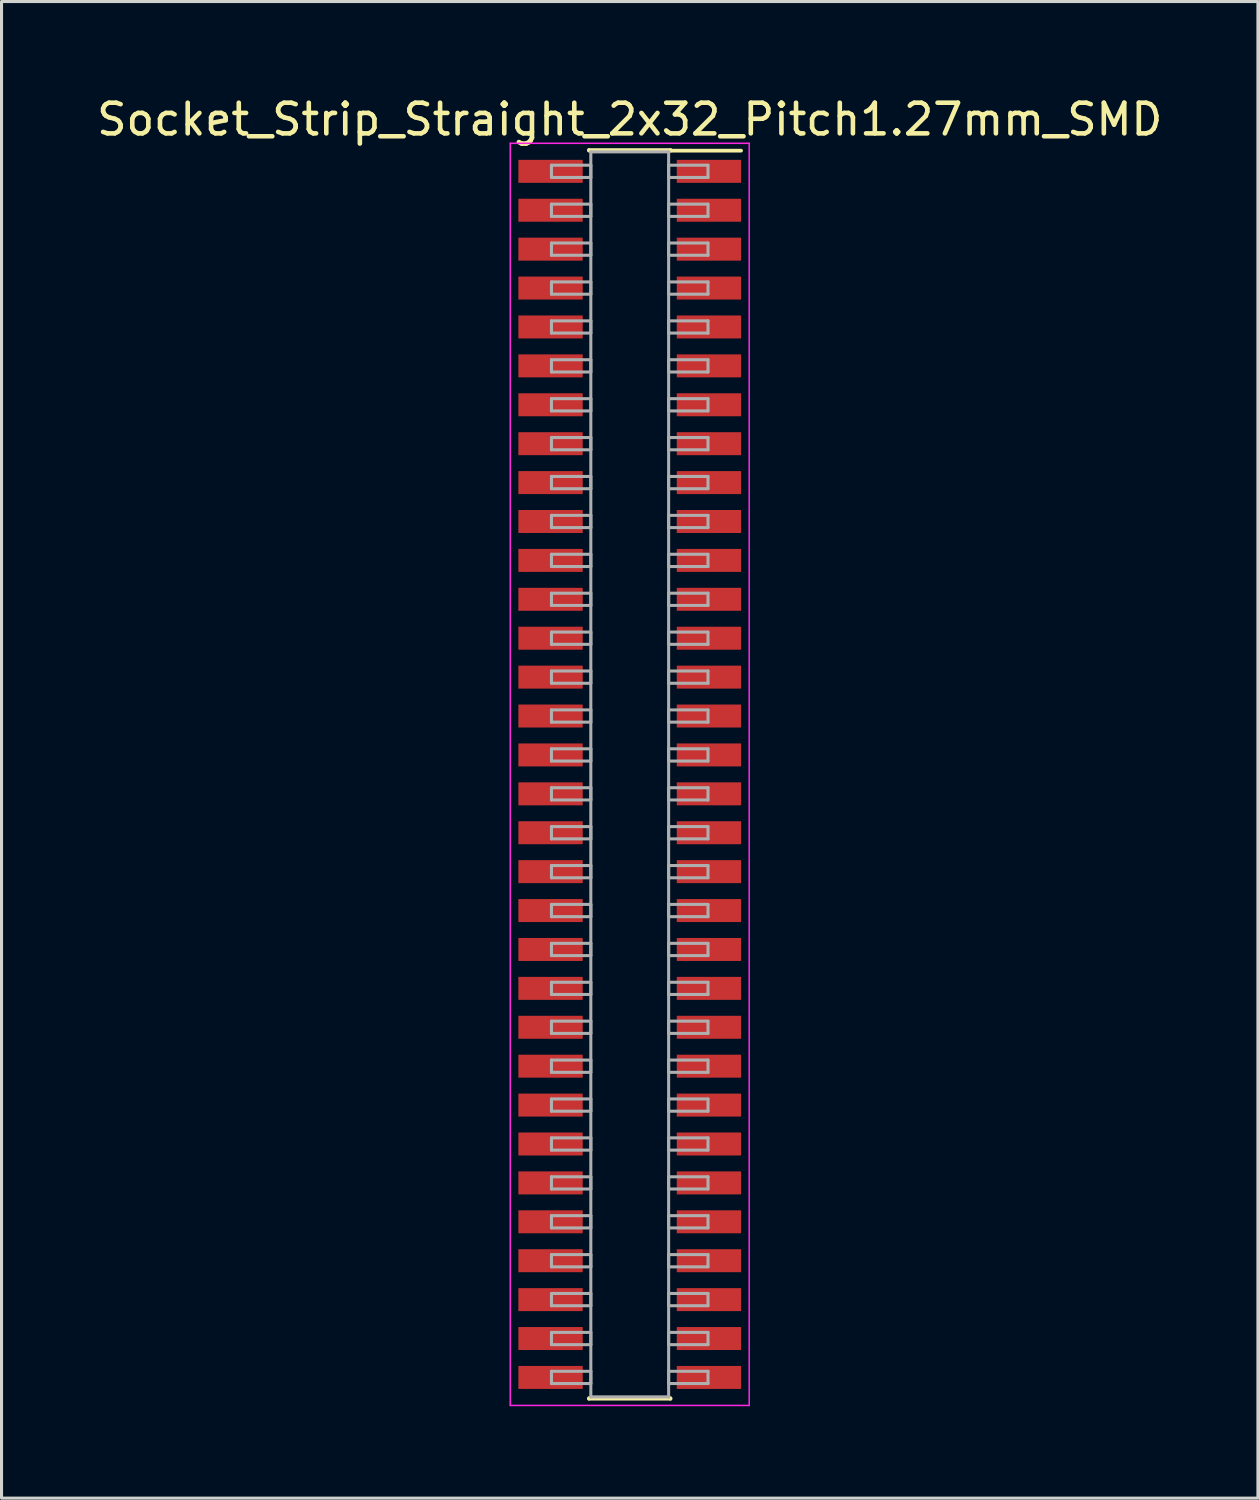
<source format=kicad_pcb>
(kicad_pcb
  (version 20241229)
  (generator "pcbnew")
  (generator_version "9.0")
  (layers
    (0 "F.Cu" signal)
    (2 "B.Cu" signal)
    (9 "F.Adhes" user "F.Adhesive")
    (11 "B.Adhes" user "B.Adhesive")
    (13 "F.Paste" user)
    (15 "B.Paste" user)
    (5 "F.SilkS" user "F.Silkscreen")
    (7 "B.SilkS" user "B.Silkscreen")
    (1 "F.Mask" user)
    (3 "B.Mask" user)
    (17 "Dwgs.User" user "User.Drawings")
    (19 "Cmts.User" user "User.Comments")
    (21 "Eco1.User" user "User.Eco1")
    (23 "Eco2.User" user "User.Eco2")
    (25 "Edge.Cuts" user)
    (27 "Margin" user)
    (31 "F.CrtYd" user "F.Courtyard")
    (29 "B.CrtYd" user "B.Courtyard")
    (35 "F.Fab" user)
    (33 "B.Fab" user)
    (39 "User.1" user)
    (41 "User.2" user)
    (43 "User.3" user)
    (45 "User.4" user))
  (footprint "Socket_Strip_Straight_2x32_Pitch1.27mm_SMD"
    (layer "F.Cu")
    (at 17.506 22.228)
    (property "Reference" "Socket_Strip_Straight_2x32_Pitch1.27mm_SMD" (at 0 -21.38 0) (layer "F.SilkS") (effects (font (size 1 1) (thickness 0.15))))
    (attr smd)
    (fp_line (start -1.33 -20.38) (end 1.33 -20.38) (stroke (width 0.12) (type solid)) (layer "F.SilkS"))
    (fp_line (start -1.33 -20.36) (end -1.33 -20.38) (stroke (width 0.12) (type solid)) (layer "F.SilkS"))
    (fp_line (start -1.33 20.36) (end -1.33 20.38) (stroke (width 0.12) (type solid)) (layer "F.SilkS"))
    (fp_line (start -1.33 20.38) (end 1.33 20.38) (stroke (width 0.12) (type solid)) (layer "F.SilkS"))
    (fp_line (start 1.33 -20.38) (end 1.33 -20.36) (stroke (width 0.12) (type solid)) (layer "F.SilkS"))
    (fp_line (start 1.33 20.38) (end 1.33 20.36) (stroke (width 0.12) (type solid)) (layer "F.SilkS"))
    (fp_line (start 3.635 -20.36) (end 1.33 -20.36) (stroke (width 0.12) (type solid)) (layer "F.SilkS"))
    (fp_line (start -3.9 -20.6) (end -3.9 20.6) (stroke (width 0.05) (type solid)) (layer "F.CrtYd"))
    (fp_line (start -3.9 20.6) (end 3.9 20.6) (stroke (width 0.05) (type solid)) (layer "F.CrtYd"))
    (fp_line (start 3.9 -20.6) (end -3.9 -20.6) (stroke (width 0.05) (type solid)) (layer "F.CrtYd"))
    (fp_line (start 3.9 20.6) (end 3.9 -20.6) (stroke (width 0.05) (type solid)) (layer "F.CrtYd"))
    (fp_line (start -2.555 -19.885) (end -1.27 -19.885) (stroke (width 0.1) (type solid)) (layer "F.Fab"))
    (fp_line (start -2.555 -19.485) (end -2.555 -19.885) (stroke (width 0.1) (type solid)) (layer "F.Fab"))
    (fp_line (start -2.555 -18.615) (end -1.27 -18.615) (stroke (width 0.1) (type solid)) (layer "F.Fab"))
    (fp_line (start -2.555 -18.215) (end -2.555 -18.615) (stroke (width 0.1) (type solid)) (layer "F.Fab"))
    (fp_line (start -2.555 -17.345) (end -1.27 -17.345) (stroke (width 0.1) (type solid)) (layer "F.Fab"))
    (fp_line (start -2.555 -16.945) (end -2.555 -17.345) (stroke (width 0.1) (type solid)) (layer "F.Fab"))
    (fp_line (start -2.555 -16.075) (end -1.27 -16.075) (stroke (width 0.1) (type solid)) (layer "F.Fab"))
    (fp_line (start -2.555 -15.675) (end -2.555 -16.075) (stroke (width 0.1) (type solid)) (layer "F.Fab"))
    (fp_line (start -2.555 -14.805) (end -1.27 -14.805) (stroke (width 0.1) (type solid)) (layer "F.Fab"))
    (fp_line (start -2.555 -14.405) (end -2.555 -14.805) (stroke (width 0.1) (type solid)) (layer "F.Fab"))
    (fp_line (start -2.555 -13.535) (end -1.27 -13.535) (stroke (width 0.1) (type solid)) (layer "F.Fab"))
    (fp_line (start -2.555 -13.135) (end -2.555 -13.535) (stroke (width 0.1) (type solid)) (layer "F.Fab"))
    (fp_line (start -2.555 -12.265) (end -1.27 -12.265) (stroke (width 0.1) (type solid)) (layer "F.Fab"))
    (fp_line (start -2.555 -11.865) (end -2.555 -12.265) (stroke (width 0.1) (type solid)) (layer "F.Fab"))
    (fp_line (start -2.555 -10.995) (end -1.27 -10.995) (stroke (width 0.1) (type solid)) (layer "F.Fab"))
    (fp_line (start -2.555 -10.595) (end -2.555 -10.995) (stroke (width 0.1) (type solid)) (layer "F.Fab"))
    (fp_line (start -2.555 -9.725) (end -1.27 -9.725) (stroke (width 0.1) (type solid)) (layer "F.Fab"))
    (fp_line (start -2.555 -9.325) (end -2.555 -9.725) (stroke (width 0.1) (type solid)) (layer "F.Fab"))
    (fp_line (start -2.555 -8.455) (end -1.27 -8.455) (stroke (width 0.1) (type solid)) (layer "F.Fab"))
    (fp_line (start -2.555 -8.055) (end -2.555 -8.455) (stroke (width 0.1) (type solid)) (layer "F.Fab"))
    (fp_line (start -2.555 -7.185) (end -1.27 -7.185) (stroke (width 0.1) (type solid)) (layer "F.Fab"))
    (fp_line (start -2.555 -6.785) (end -2.555 -7.185) (stroke (width 0.1) (type solid)) (layer "F.Fab"))
    (fp_line (start -2.555 -5.915) (end -1.27 -5.915) (stroke (width 0.1) (type solid)) (layer "F.Fab"))
    (fp_line (start -2.555 -5.515) (end -2.555 -5.915) (stroke (width 0.1) (type solid)) (layer "F.Fab"))
    (fp_line (start -2.555 -4.645) (end -1.27 -4.645) (stroke (width 0.1) (type solid)) (layer "F.Fab"))
    (fp_line (start -2.555 -4.245) (end -2.555 -4.645) (stroke (width 0.1) (type solid)) (layer "F.Fab"))
    (fp_line (start -2.555 -3.375) (end -1.27 -3.375) (stroke (width 0.1) (type solid)) (layer "F.Fab"))
    (fp_line (start -2.555 -2.975) (end -2.555 -3.375) (stroke (width 0.1) (type solid)) (layer "F.Fab"))
    (fp_line (start -2.555 -2.105) (end -1.27 -2.105) (stroke (width 0.1) (type solid)) (layer "F.Fab"))
    (fp_line (start -2.555 -1.705) (end -2.555 -2.105) (stroke (width 0.1) (type solid)) (layer "F.Fab"))
    (fp_line (start -2.555 -0.835) (end -1.27 -0.835) (stroke (width 0.1) (type solid)) (layer "F.Fab"))
    (fp_line (start -2.555 -0.435) (end -2.555 -0.835) (stroke (width 0.1) (type solid)) (layer "F.Fab"))
    (fp_line (start -2.555 0.435) (end -1.27 0.435) (stroke (width 0.1) (type solid)) (layer "F.Fab"))
    (fp_line (start -2.555 0.835) (end -2.555 0.435) (stroke (width 0.1) (type solid)) (layer "F.Fab"))
    (fp_line (start -2.555 1.705) (end -1.27 1.705) (stroke (width 0.1) (type solid)) (layer "F.Fab"))
    (fp_line (start -2.555 2.105) (end -2.555 1.705) (stroke (width 0.1) (type solid)) (layer "F.Fab"))
    (fp_line (start -2.555 2.975) (end -1.27 2.975) (stroke (width 0.1) (type solid)) (layer "F.Fab"))
    (fp_line (start -2.555 3.375) (end -2.555 2.975) (stroke (width 0.1) (type solid)) (layer "F.Fab"))
    (fp_line (start -2.555 4.245) (end -1.27 4.245) (stroke (width 0.1) (type solid)) (layer "F.Fab"))
    (fp_line (start -2.555 4.645) (end -2.555 4.245) (stroke (width 0.1) (type solid)) (layer "F.Fab"))
    (fp_line (start -2.555 5.515) (end -1.27 5.515) (stroke (width 0.1) (type solid)) (layer "F.Fab"))
    (fp_line (start -2.555 5.915) (end -2.555 5.515) (stroke (width 0.1) (type solid)) (layer "F.Fab"))
    (fp_line (start -2.555 6.785) (end -1.27 6.785) (stroke (width 0.1) (type solid)) (layer "F.Fab"))
    (fp_line (start -2.555 7.185) (end -2.555 6.785) (stroke (width 0.1) (type solid)) (layer "F.Fab"))
    (fp_line (start -2.555 8.055) (end -1.27 8.055) (stroke (width 0.1) (type solid)) (layer "F.Fab"))
    (fp_line (start -2.555 8.455) (end -2.555 8.055) (stroke (width 0.1) (type solid)) (layer "F.Fab"))
    (fp_line (start -2.555 9.325) (end -1.27 9.325) (stroke (width 0.1) (type solid)) (layer "F.Fab"))
    (fp_line (start -2.555 9.725) (end -2.555 9.325) (stroke (width 0.1) (type solid)) (layer "F.Fab"))
    (fp_line (start -2.555 10.595) (end -1.27 10.595) (stroke (width 0.1) (type solid)) (layer "F.Fab"))
    (fp_line (start -2.555 10.995) (end -2.555 10.595) (stroke (width 0.1) (type solid)) (layer "F.Fab"))
    (fp_line (start -2.555 11.865) (end -1.27 11.865) (stroke (width 0.1) (type solid)) (layer "F.Fab"))
    (fp_line (start -2.555 12.265) (end -2.555 11.865) (stroke (width 0.1) (type solid)) (layer "F.Fab"))
    (fp_line (start -2.555 13.135) (end -1.27 13.135) (stroke (width 0.1) (type solid)) (layer "F.Fab"))
    (fp_line (start -2.555 13.535) (end -2.555 13.135) (stroke (width 0.1) (type solid)) (layer "F.Fab"))
    (fp_line (start -2.555 14.405) (end -1.27 14.405) (stroke (width 0.1) (type solid)) (layer "F.Fab"))
    (fp_line (start -2.555 14.805) (end -2.555 14.405) (stroke (width 0.1) (type solid)) (layer "F.Fab"))
    (fp_line (start -2.555 15.675) (end -1.27 15.675) (stroke (width 0.1) (type solid)) (layer "F.Fab"))
    (fp_line (start -2.555 16.075) (end -2.555 15.675) (stroke (width 0.1) (type solid)) (layer "F.Fab"))
    (fp_line (start -2.555 16.945) (end -1.27 16.945) (stroke (width 0.1) (type solid)) (layer "F.Fab"))
    (fp_line (start -2.555 17.345) (end -2.555 16.945) (stroke (width 0.1) (type solid)) (layer "F.Fab"))
    (fp_line (start -2.555 18.215) (end -1.27 18.215) (stroke (width 0.1) (type solid)) (layer "F.Fab"))
    (fp_line (start -2.555 18.615) (end -2.555 18.215) (stroke (width 0.1) (type solid)) (layer "F.Fab"))
    (fp_line (start -2.555 19.485) (end -1.27 19.485) (stroke (width 0.1) (type solid)) (layer "F.Fab"))
    (fp_line (start -2.555 19.885) (end -2.555 19.485) (stroke (width 0.1) (type solid)) (layer "F.Fab"))
    (fp_line (start -1.27 -20.32) (end -1.27 20.32) (stroke (width 0.1) (type solid)) (layer "F.Fab"))
    (fp_line (start -1.27 -19.885) (end -1.27 -19.485) (stroke (width 0.1) (type solid)) (layer "F.Fab"))
    (fp_line (start -1.27 -19.485) (end -2.555 -19.485) (stroke (width 0.1) (type solid)) (layer "F.Fab"))
    (fp_line (start -1.27 -18.615) (end -1.27 -18.215) (stroke (width 0.1) (type solid)) (layer "F.Fab"))
    (fp_line (start -1.27 -18.215) (end -2.555 -18.215) (stroke (width 0.1) (type solid)) (layer "F.Fab"))
    (fp_line (start -1.27 -17.345) (end -1.27 -16.945) (stroke (width 0.1) (type solid)) (layer "F.Fab"))
    (fp_line (start -1.27 -16.945) (end -2.555 -16.945) (stroke (width 0.1) (type solid)) (layer "F.Fab"))
    (fp_line (start -1.27 -16.075) (end -1.27 -15.675) (stroke (width 0.1) (type solid)) (layer "F.Fab"))
    (fp_line (start -1.27 -15.675) (end -2.555 -15.675) (stroke (width 0.1) (type solid)) (layer "F.Fab"))
    (fp_line (start -1.27 -14.805) (end -1.27 -14.405) (stroke (width 0.1) (type solid)) (layer "F.Fab"))
    (fp_line (start -1.27 -14.405) (end -2.555 -14.405) (stroke (width 0.1) (type solid)) (layer "F.Fab"))
    (fp_line (start -1.27 -13.535) (end -1.27 -13.135) (stroke (width 0.1) (type solid)) (layer "F.Fab"))
    (fp_line (start -1.27 -13.135) (end -2.555 -13.135) (stroke (width 0.1) (type solid)) (layer "F.Fab"))
    (fp_line (start -1.27 -12.265) (end -1.27 -11.865) (stroke (width 0.1) (type solid)) (layer "F.Fab"))
    (fp_line (start -1.27 -11.865) (end -2.555 -11.865) (stroke (width 0.1) (type solid)) (layer "F.Fab"))
    (fp_line (start -1.27 -10.995) (end -1.27 -10.595) (stroke (width 0.1) (type solid)) (layer "F.Fab"))
    (fp_line (start -1.27 -10.595) (end -2.555 -10.595) (stroke (width 0.1) (type solid)) (layer "F.Fab"))
    (fp_line (start -1.27 -9.725) (end -1.27 -9.325) (stroke (width 0.1) (type solid)) (layer "F.Fab"))
    (fp_line (start -1.27 -9.325) (end -2.555 -9.325) (stroke (width 0.1) (type solid)) (layer "F.Fab"))
    (fp_line (start -1.27 -8.455) (end -1.27 -8.055) (stroke (width 0.1) (type solid)) (layer "F.Fab"))
    (fp_line (start -1.27 -8.055) (end -2.555 -8.055) (stroke (width 0.1) (type solid)) (layer "F.Fab"))
    (fp_line (start -1.27 -7.185) (end -1.27 -6.785) (stroke (width 0.1) (type solid)) (layer "F.Fab"))
    (fp_line (start -1.27 -6.785) (end -2.555 -6.785) (stroke (width 0.1) (type solid)) (layer "F.Fab"))
    (fp_line (start -1.27 -5.915) (end -1.27 -5.515) (stroke (width 0.1) (type solid)) (layer "F.Fab"))
    (fp_line (start -1.27 -5.515) (end -2.555 -5.515) (stroke (width 0.1) (type solid)) (layer "F.Fab"))
    (fp_line (start -1.27 -4.645) (end -1.27 -4.245) (stroke (width 0.1) (type solid)) (layer "F.Fab"))
    (fp_line (start -1.27 -4.245) (end -2.555 -4.245) (stroke (width 0.1) (type solid)) (layer "F.Fab"))
    (fp_line (start -1.27 -3.375) (end -1.27 -2.975) (stroke (width 0.1) (type solid)) (layer "F.Fab"))
    (fp_line (start -1.27 -2.975) (end -2.555 -2.975) (stroke (width 0.1) (type solid)) (layer "F.Fab"))
    (fp_line (start -1.27 -2.105) (end -1.27 -1.705) (stroke (width 0.1) (type solid)) (layer "F.Fab"))
    (fp_line (start -1.27 -1.705) (end -2.555 -1.705) (stroke (width 0.1) (type solid)) (layer "F.Fab"))
    (fp_line (start -1.27 -0.835) (end -1.27 -0.435) (stroke (width 0.1) (type solid)) (layer "F.Fab"))
    (fp_line (start -1.27 -0.435) (end -2.555 -0.435) (stroke (width 0.1) (type solid)) (layer "F.Fab"))
    (fp_line (start -1.27 0.435) (end -1.27 0.835) (stroke (width 0.1) (type solid)) (layer "F.Fab"))
    (fp_line (start -1.27 0.835) (end -2.555 0.835) (stroke (width 0.1) (type solid)) (layer "F.Fab"))
    (fp_line (start -1.27 1.705) (end -1.27 2.105) (stroke (width 0.1) (type solid)) (layer "F.Fab"))
    (fp_line (start -1.27 2.105) (end -2.555 2.105) (stroke (width 0.1) (type solid)) (layer "F.Fab"))
    (fp_line (start -1.27 2.975) (end -1.27 3.375) (stroke (width 0.1) (type solid)) (layer "F.Fab"))
    (fp_line (start -1.27 3.375) (end -2.555 3.375) (stroke (width 0.1) (type solid)) (layer "F.Fab"))
    (fp_line (start -1.27 4.245) (end -1.27 4.645) (stroke (width 0.1) (type solid)) (layer "F.Fab"))
    (fp_line (start -1.27 4.645) (end -2.555 4.645) (stroke (width 0.1) (type solid)) (layer "F.Fab"))
    (fp_line (start -1.27 5.515) (end -1.27 5.915) (stroke (width 0.1) (type solid)) (layer "F.Fab"))
    (fp_line (start -1.27 5.915) (end -2.555 5.915) (stroke (width 0.1) (type solid)) (layer "F.Fab"))
    (fp_line (start -1.27 6.785) (end -1.27 7.185) (stroke (width 0.1) (type solid)) (layer "F.Fab"))
    (fp_line (start -1.27 7.185) (end -2.555 7.185) (stroke (width 0.1) (type solid)) (layer "F.Fab"))
    (fp_line (start -1.27 8.055) (end -1.27 8.455) (stroke (width 0.1) (type solid)) (layer "F.Fab"))
    (fp_line (start -1.27 8.455) (end -2.555 8.455) (stroke (width 0.1) (type solid)) (layer "F.Fab"))
    (fp_line (start -1.27 9.325) (end -1.27 9.725) (stroke (width 0.1) (type solid)) (layer "F.Fab"))
    (fp_line (start -1.27 9.725) (end -2.555 9.725) (stroke (width 0.1) (type solid)) (layer "F.Fab"))
    (fp_line (start -1.27 10.595) (end -1.27 10.995) (stroke (width 0.1) (type solid)) (layer "F.Fab"))
    (fp_line (start -1.27 10.995) (end -2.555 10.995) (stroke (width 0.1) (type solid)) (layer "F.Fab"))
    (fp_line (start -1.27 11.865) (end -1.27 12.265) (stroke (width 0.1) (type solid)) (layer "F.Fab"))
    (fp_line (start -1.27 12.265) (end -2.555 12.265) (stroke (width 0.1) (type solid)) (layer "F.Fab"))
    (fp_line (start -1.27 13.135) (end -1.27 13.535) (stroke (width 0.1) (type solid)) (layer "F.Fab"))
    (fp_line (start -1.27 13.535) (end -2.555 13.535) (stroke (width 0.1) (type solid)) (layer "F.Fab"))
    (fp_line (start -1.27 14.405) (end -1.27 14.805) (stroke (width 0.1) (type solid)) (layer "F.Fab"))
    (fp_line (start -1.27 14.805) (end -2.555 14.805) (stroke (width 0.1) (type solid)) (layer "F.Fab"))
    (fp_line (start -1.27 15.675) (end -1.27 16.075) (stroke (width 0.1) (type solid)) (layer "F.Fab"))
    (fp_line (start -1.27 16.075) (end -2.555 16.075) (stroke (width 0.1) (type solid)) (layer "F.Fab"))
    (fp_line (start -1.27 16.945) (end -1.27 17.345) (stroke (width 0.1) (type solid)) (layer "F.Fab"))
    (fp_line (start -1.27 17.345) (end -2.555 17.345) (stroke (width 0.1) (type solid)) (layer "F.Fab"))
    (fp_line (start -1.27 18.215) (end -1.27 18.615) (stroke (width 0.1) (type solid)) (layer "F.Fab"))
    (fp_line (start -1.27 18.615) (end -2.555 18.615) (stroke (width 0.1) (type solid)) (layer "F.Fab"))
    (fp_line (start -1.27 19.485) (end -1.27 19.885) (stroke (width 0.1) (type solid)) (layer "F.Fab"))
    (fp_line (start -1.27 19.885) (end -2.555 19.885) (stroke (width 0.1) (type solid)) (layer "F.Fab"))
    (fp_line (start -1.27 20.32) (end 1.27 20.32) (stroke (width 0.1) (type solid)) (layer "F.Fab"))
    (fp_line (start 1.27 -20.32) (end -1.27 -20.32) (stroke (width 0.1) (type solid)) (layer "F.Fab"))
    (fp_line (start 1.27 -19.885) (end 1.27 -19.485) (stroke (width 0.1) (type solid)) (layer "F.Fab"))
    (fp_line (start 1.27 -19.485) (end 2.555 -19.485) (stroke (width 0.1) (type solid)) (layer "F.Fab"))
    (fp_line (start 1.27 -18.615) (end 1.27 -18.215) (stroke (width 0.1) (type solid)) (layer "F.Fab"))
    (fp_line (start 1.27 -18.215) (end 2.555 -18.215) (stroke (width 0.1) (type solid)) (layer "F.Fab"))
    (fp_line (start 1.27 -17.345) (end 1.27 -16.945) (stroke (width 0.1) (type solid)) (layer "F.Fab"))
    (fp_line (start 1.27 -16.945) (end 2.555 -16.945) (stroke (width 0.1) (type solid)) (layer "F.Fab"))
    (fp_line (start 1.27 -16.075) (end 1.27 -15.675) (stroke (width 0.1) (type solid)) (layer "F.Fab"))
    (fp_line (start 1.27 -15.675) (end 2.555 -15.675) (stroke (width 0.1) (type solid)) (layer "F.Fab"))
    (fp_line (start 1.27 -14.805) (end 1.27 -14.405) (stroke (width 0.1) (type solid)) (layer "F.Fab"))
    (fp_line (start 1.27 -14.405) (end 2.555 -14.405) (stroke (width 0.1) (type solid)) (layer "F.Fab"))
    (fp_line (start 1.27 -13.535) (end 1.27 -13.135) (stroke (width 0.1) (type solid)) (layer "F.Fab"))
    (fp_line (start 1.27 -13.135) (end 2.555 -13.135) (stroke (width 0.1) (type solid)) (layer "F.Fab"))
    (fp_line (start 1.27 -12.265) (end 1.27 -11.865) (stroke (width 0.1) (type solid)) (layer "F.Fab"))
    (fp_line (start 1.27 -11.865) (end 2.555 -11.865) (stroke (width 0.1) (type solid)) (layer "F.Fab"))
    (fp_line (start 1.27 -10.995) (end 1.27 -10.595) (stroke (width 0.1) (type solid)) (layer "F.Fab"))
    (fp_line (start 1.27 -10.595) (end 2.555 -10.595) (stroke (width 0.1) (type solid)) (layer "F.Fab"))
    (fp_line (start 1.27 -9.725) (end 1.27 -9.325) (stroke (width 0.1) (type solid)) (layer "F.Fab"))
    (fp_line (start 1.27 -9.325) (end 2.555 -9.325) (stroke (width 0.1) (type solid)) (layer "F.Fab"))
    (fp_line (start 1.27 -8.455) (end 1.27 -8.055) (stroke (width 0.1) (type solid)) (layer "F.Fab"))
    (fp_line (start 1.27 -8.055) (end 2.555 -8.055) (stroke (width 0.1) (type solid)) (layer "F.Fab"))
    (fp_line (start 1.27 -7.185) (end 1.27 -6.785) (stroke (width 0.1) (type solid)) (layer "F.Fab"))
    (fp_line (start 1.27 -6.785) (end 2.555 -6.785) (stroke (width 0.1) (type solid)) (layer "F.Fab"))
    (fp_line (start 1.27 -5.915) (end 1.27 -5.515) (stroke (width 0.1) (type solid)) (layer "F.Fab"))
    (fp_line (start 1.27 -5.515) (end 2.555 -5.515) (stroke (width 0.1) (type solid)) (layer "F.Fab"))
    (fp_line (start 1.27 -4.645) (end 1.27 -4.245) (stroke (width 0.1) (type solid)) (layer "F.Fab"))
    (fp_line (start 1.27 -4.245) (end 2.555 -4.245) (stroke (width 0.1) (type solid)) (layer "F.Fab"))
    (fp_line (start 1.27 -3.375) (end 1.27 -2.975) (stroke (width 0.1) (type solid)) (layer "F.Fab"))
    (fp_line (start 1.27 -2.975) (end 2.555 -2.975) (stroke (width 0.1) (type solid)) (layer "F.Fab"))
    (fp_line (start 1.27 -2.105) (end 1.27 -1.705) (stroke (width 0.1) (type solid)) (layer "F.Fab"))
    (fp_line (start 1.27 -1.705) (end 2.555 -1.705) (stroke (width 0.1) (type solid)) (layer "F.Fab"))
    (fp_line (start 1.27 -0.835) (end 1.27 -0.435) (stroke (width 0.1) (type solid)) (layer "F.Fab"))
    (fp_line (start 1.27 -0.435) (end 2.555 -0.435) (stroke (width 0.1) (type solid)) (layer "F.Fab"))
    (fp_line (start 1.27 0.435) (end 1.27 0.835) (stroke (width 0.1) (type solid)) (layer "F.Fab"))
    (fp_line (start 1.27 0.835) (end 2.555 0.835) (stroke (width 0.1) (type solid)) (layer "F.Fab"))
    (fp_line (start 1.27 1.705) (end 1.27 2.105) (stroke (width 0.1) (type solid)) (layer "F.Fab"))
    (fp_line (start 1.27 2.105) (end 2.555 2.105) (stroke (width 0.1) (type solid)) (layer "F.Fab"))
    (fp_line (start 1.27 2.975) (end 1.27 3.375) (stroke (width 0.1) (type solid)) (layer "F.Fab"))
    (fp_line (start 1.27 3.375) (end 2.555 3.375) (stroke (width 0.1) (type solid)) (layer "F.Fab"))
    (fp_line (start 1.27 4.245) (end 1.27 4.645) (stroke (width 0.1) (type solid)) (layer "F.Fab"))
    (fp_line (start 1.27 4.645) (end 2.555 4.645) (stroke (width 0.1) (type solid)) (layer "F.Fab"))
    (fp_line (start 1.27 5.515) (end 1.27 5.915) (stroke (width 0.1) (type solid)) (layer "F.Fab"))
    (fp_line (start 1.27 5.915) (end 2.555 5.915) (stroke (width 0.1) (type solid)) (layer "F.Fab"))
    (fp_line (start 1.27 6.785) (end 1.27 7.185) (stroke (width 0.1) (type solid)) (layer "F.Fab"))
    (fp_line (start 1.27 7.185) (end 2.555 7.185) (stroke (width 0.1) (type solid)) (layer "F.Fab"))
    (fp_line (start 1.27 8.055) (end 1.27 8.455) (stroke (width 0.1) (type solid)) (layer "F.Fab"))
    (fp_line (start 1.27 8.455) (end 2.555 8.455) (stroke (width 0.1) (type solid)) (layer "F.Fab"))
    (fp_line (start 1.27 9.325) (end 1.27 9.725) (stroke (width 0.1) (type solid)) (layer "F.Fab"))
    (fp_line (start 1.27 9.725) (end 2.555 9.725) (stroke (width 0.1) (type solid)) (layer "F.Fab"))
    (fp_line (start 1.27 10.595) (end 1.27 10.995) (stroke (width 0.1) (type solid)) (layer "F.Fab"))
    (fp_line (start 1.27 10.995) (end 2.555 10.995) (stroke (width 0.1) (type solid)) (layer "F.Fab"))
    (fp_line (start 1.27 11.865) (end 1.27 12.265) (stroke (width 0.1) (type solid)) (layer "F.Fab"))
    (fp_line (start 1.27 12.265) (end 2.555 12.265) (stroke (width 0.1) (type solid)) (layer "F.Fab"))
    (fp_line (start 1.27 13.135) (end 1.27 13.535) (stroke (width 0.1) (type solid)) (layer "F.Fab"))
    (fp_line (start 1.27 13.535) (end 2.555 13.535) (stroke (width 0.1) (type solid)) (layer "F.Fab"))
    (fp_line (start 1.27 14.405) (end 1.27 14.805) (stroke (width 0.1) (type solid)) (layer "F.Fab"))
    (fp_line (start 1.27 14.805) (end 2.555 14.805) (stroke (width 0.1) (type solid)) (layer "F.Fab"))
    (fp_line (start 1.27 15.675) (end 1.27 16.075) (stroke (width 0.1) (type solid)) (layer "F.Fab"))
    (fp_line (start 1.27 16.075) (end 2.555 16.075) (stroke (width 0.1) (type solid)) (layer "F.Fab"))
    (fp_line (start 1.27 16.945) (end 1.27 17.345) (stroke (width 0.1) (type solid)) (layer "F.Fab"))
    (fp_line (start 1.27 17.345) (end 2.555 17.345) (stroke (width 0.1) (type solid)) (layer "F.Fab"))
    (fp_line (start 1.27 18.215) (end 1.27 18.615) (stroke (width 0.1) (type solid)) (layer "F.Fab"))
    (fp_line (start 1.27 18.615) (end 2.555 18.615) (stroke (width 0.1) (type solid)) (layer "F.Fab"))
    (fp_line (start 1.27 19.485) (end 1.27 19.885) (stroke (width 0.1) (type solid)) (layer "F.Fab"))
    (fp_line (start 1.27 19.885) (end 2.555 19.885) (stroke (width 0.1) (type solid)) (layer "F.Fab"))
    (fp_line (start 1.27 20.32) (end 1.27 -20.32) (stroke (width 0.1) (type solid)) (layer "F.Fab"))
    (fp_line (start 2.555 -19.885) (end 1.27 -19.885) (stroke (width 0.1) (type solid)) (layer "F.Fab"))
    (fp_line (start 2.555 -19.485) (end 2.555 -19.885) (stroke (width 0.1) (type solid)) (layer "F.Fab"))
    (fp_line (start 2.555 -18.615) (end 1.27 -18.615) (stroke (width 0.1) (type solid)) (layer "F.Fab"))
    (fp_line (start 2.555 -18.215) (end 2.555 -18.615) (stroke (width 0.1) (type solid)) (layer "F.Fab"))
    (fp_line (start 2.555 -17.345) (end 1.27 -17.345) (stroke (width 0.1) (type solid)) (layer "F.Fab"))
    (fp_line (start 2.555 -16.945) (end 2.555 -17.345) (stroke (width 0.1) (type solid)) (layer "F.Fab"))
    (fp_line (start 2.555 -16.075) (end 1.27 -16.075) (stroke (width 0.1) (type solid)) (layer "F.Fab"))
    (fp_line (start 2.555 -15.675) (end 2.555 -16.075) (stroke (width 0.1) (type solid)) (layer "F.Fab"))
    (fp_line (start 2.555 -14.805) (end 1.27 -14.805) (stroke (width 0.1) (type solid)) (layer "F.Fab"))
    (fp_line (start 2.555 -14.405) (end 2.555 -14.805) (stroke (width 0.1) (type solid)) (layer "F.Fab"))
    (fp_line (start 2.555 -13.535) (end 1.27 -13.535) (stroke (width 0.1) (type solid)) (layer "F.Fab"))
    (fp_line (start 2.555 -13.135) (end 2.555 -13.535) (stroke (width 0.1) (type solid)) (layer "F.Fab"))
    (fp_line (start 2.555 -12.265) (end 1.27 -12.265) (stroke (width 0.1) (type solid)) (layer "F.Fab"))
    (fp_line (start 2.555 -11.865) (end 2.555 -12.265) (stroke (width 0.1) (type solid)) (layer "F.Fab"))
    (fp_line (start 2.555 -10.995) (end 1.27 -10.995) (stroke (width 0.1) (type solid)) (layer "F.Fab"))
    (fp_line (start 2.555 -10.595) (end 2.555 -10.995) (stroke (width 0.1) (type solid)) (layer "F.Fab"))
    (fp_line (start 2.555 -9.725) (end 1.27 -9.725) (stroke (width 0.1) (type solid)) (layer "F.Fab"))
    (fp_line (start 2.555 -9.325) (end 2.555 -9.725) (stroke (width 0.1) (type solid)) (layer "F.Fab"))
    (fp_line (start 2.555 -8.455) (end 1.27 -8.455) (stroke (width 0.1) (type solid)) (layer "F.Fab"))
    (fp_line (start 2.555 -8.055) (end 2.555 -8.455) (stroke (width 0.1) (type solid)) (layer "F.Fab"))
    (fp_line (start 2.555 -7.185) (end 1.27 -7.185) (stroke (width 0.1) (type solid)) (layer "F.Fab"))
    (fp_line (start 2.555 -6.785) (end 2.555 -7.185) (stroke (width 0.1) (type solid)) (layer "F.Fab"))
    (fp_line (start 2.555 -5.915) (end 1.27 -5.915) (stroke (width 0.1) (type solid)) (layer "F.Fab"))
    (fp_line (start 2.555 -5.515) (end 2.555 -5.915) (stroke (width 0.1) (type solid)) (layer "F.Fab"))
    (fp_line (start 2.555 -4.645) (end 1.27 -4.645) (stroke (width 0.1) (type solid)) (layer "F.Fab"))
    (fp_line (start 2.555 -4.245) (end 2.555 -4.645) (stroke (width 0.1) (type solid)) (layer "F.Fab"))
    (fp_line (start 2.555 -3.375) (end 1.27 -3.375) (stroke (width 0.1) (type solid)) (layer "F.Fab"))
    (fp_line (start 2.555 -2.975) (end 2.555 -3.375) (stroke (width 0.1) (type solid)) (layer "F.Fab"))
    (fp_line (start 2.555 -2.105) (end 1.27 -2.105) (stroke (width 0.1) (type solid)) (layer "F.Fab"))
    (fp_line (start 2.555 -1.705) (end 2.555 -2.105) (stroke (width 0.1) (type solid)) (layer "F.Fab"))
    (fp_line (start 2.555 -0.835) (end 1.27 -0.835) (stroke (width 0.1) (type solid)) (layer "F.Fab"))
    (fp_line (start 2.555 -0.435) (end 2.555 -0.835) (stroke (width 0.1) (type solid)) (layer "F.Fab"))
    (fp_line (start 2.555 0.435) (end 1.27 0.435) (stroke (width 0.1) (type solid)) (layer "F.Fab"))
    (fp_line (start 2.555 0.835) (end 2.555 0.435) (stroke (width 0.1) (type solid)) (layer "F.Fab"))
    (fp_line (start 2.555 1.705) (end 1.27 1.705) (stroke (width 0.1) (type solid)) (layer "F.Fab"))
    (fp_line (start 2.555 2.105) (end 2.555 1.705) (stroke (width 0.1) (type solid)) (layer "F.Fab"))
    (fp_line (start 2.555 2.975) (end 1.27 2.975) (stroke (width 0.1) (type solid)) (layer "F.Fab"))
    (fp_line (start 2.555 3.375) (end 2.555 2.975) (stroke (width 0.1) (type solid)) (layer "F.Fab"))
    (fp_line (start 2.555 4.245) (end 1.27 4.245) (stroke (width 0.1) (type solid)) (layer "F.Fab"))
    (fp_line (start 2.555 4.645) (end 2.555 4.245) (stroke (width 0.1) (type solid)) (layer "F.Fab"))
    (fp_line (start 2.555 5.515) (end 1.27 5.515) (stroke (width 0.1) (type solid)) (layer "F.Fab"))
    (fp_line (start 2.555 5.915) (end 2.555 5.515) (stroke (width 0.1) (type solid)) (layer "F.Fab"))
    (fp_line (start 2.555 6.785) (end 1.27 6.785) (stroke (width 0.1) (type solid)) (layer "F.Fab"))
    (fp_line (start 2.555 7.185) (end 2.555 6.785) (stroke (width 0.1) (type solid)) (layer "F.Fab"))
    (fp_line (start 2.555 8.055) (end 1.27 8.055) (stroke (width 0.1) (type solid)) (layer "F.Fab"))
    (fp_line (start 2.555 8.455) (end 2.555 8.055) (stroke (width 0.1) (type solid)) (layer "F.Fab"))
    (fp_line (start 2.555 9.325) (end 1.27 9.325) (stroke (width 0.1) (type solid)) (layer "F.Fab"))
    (fp_line (start 2.555 9.725) (end 2.555 9.325) (stroke (width 0.1) (type solid)) (layer "F.Fab"))
    (fp_line (start 2.555 10.595) (end 1.27 10.595) (stroke (width 0.1) (type solid)) (layer "F.Fab"))
    (fp_line (start 2.555 10.995) (end 2.555 10.595) (stroke (width 0.1) (type solid)) (layer "F.Fab"))
    (fp_line (start 2.555 11.865) (end 1.27 11.865) (stroke (width 0.1) (type solid)) (layer "F.Fab"))
    (fp_line (start 2.555 12.265) (end 2.555 11.865) (stroke (width 0.1) (type solid)) (layer "F.Fab"))
    (fp_line (start 2.555 13.135) (end 1.27 13.135) (stroke (width 0.1) (type solid)) (layer "F.Fab"))
    (fp_line (start 2.555 13.535) (end 2.555 13.135) (stroke (width 0.1) (type solid)) (layer "F.Fab"))
    (fp_line (start 2.555 14.405) (end 1.27 14.405) (stroke (width 0.1) (type solid)) (layer "F.Fab"))
    (fp_line (start 2.555 14.805) (end 2.555 14.405) (stroke (width 0.1) (type solid)) (layer "F.Fab"))
    (fp_line (start 2.555 15.675) (end 1.27 15.675) (stroke (width 0.1) (type solid)) (layer "F.Fab"))
    (fp_line (start 2.555 16.075) (end 2.555 15.675) (stroke (width 0.1) (type solid)) (layer "F.Fab"))
    (fp_line (start 2.555 16.945) (end 1.27 16.945) (stroke (width 0.1) (type solid)) (layer "F.Fab"))
    (fp_line (start 2.555 17.345) (end 2.555 16.945) (stroke (width 0.1) (type solid)) (layer "F.Fab"))
    (fp_line (start 2.555 18.215) (end 1.27 18.215) (stroke (width 0.1) (type solid)) (layer "F.Fab"))
    (fp_line (start 2.555 18.615) (end 2.555 18.215) (stroke (width 0.1) (type solid)) (layer "F.Fab"))
    (fp_line (start 2.555 19.485) (end 1.27 19.485) (stroke (width 0.1) (type solid)) (layer "F.Fab"))
    (fp_line (start 2.555 19.885) (end 2.555 19.485) (stroke (width 0.1) (type solid)) (layer "F.Fab"))
    (pad "1" smd rect (at 2.585 -19.685) (size 2.1 0.75) (layers "F.Cu" "F.Mask"))
    (pad "2" smd rect (at -2.585 -19.685) (size 2.1 0.75) (layers "F.Cu" "F.Mask"))
    (pad "3" smd rect (at 2.585 -18.415) (size 2.1 0.75) (layers "F.Cu" "F.Mask"))
    (pad "4" smd rect (at -2.585 -18.415) (size 2.1 0.75) (layers "F.Cu" "F.Mask"))
    (pad "5" smd rect (at 2.585 -17.145) (size 2.1 0.75) (layers "F.Cu" "F.Mask"))
    (pad "6" smd rect (at -2.585 -17.145) (size 2.1 0.75) (layers "F.Cu" "F.Mask"))
    (pad "7" smd rect (at 2.585 -15.875) (size 2.1 0.75) (layers "F.Cu" "F.Mask"))
    (pad "8" smd rect (at -2.585 -15.875) (size 2.1 0.75) (layers "F.Cu" "F.Mask"))
    (pad "9" smd rect (at 2.585 -14.605) (size 2.1 0.75) (layers "F.Cu" "F.Mask"))
    (pad "10" smd rect (at -2.585 -14.605) (size 2.1 0.75) (layers "F.Cu" "F.Mask"))
    (pad "11" smd rect (at 2.585 -13.335) (size 2.1 0.75) (layers "F.Cu" "F.Mask"))
    (pad "12" smd rect (at -2.585 -13.335) (size 2.1 0.75) (layers "F.Cu" "F.Mask"))
    (pad "13" smd rect (at 2.585 -12.065) (size 2.1 0.75) (layers "F.Cu" "F.Mask"))
    (pad "14" smd rect (at -2.585 -12.065) (size 2.1 0.75) (layers "F.Cu" "F.Mask"))
    (pad "15" smd rect (at 2.585 -10.795) (size 2.1 0.75) (layers "F.Cu" "F.Mask"))
    (pad "16" smd rect (at -2.585 -10.795) (size 2.1 0.75) (layers "F.Cu" "F.Mask"))
    (pad "17" smd rect (at 2.585 -9.525) (size 2.1 0.75) (layers "F.Cu" "F.Mask"))
    (pad "18" smd rect (at -2.585 -9.525) (size 2.1 0.75) (layers "F.Cu" "F.Mask"))
    (pad "19" smd rect (at 2.585 -8.255) (size 2.1 0.75) (layers "F.Cu" "F.Mask"))
    (pad "20" smd rect (at -2.585 -8.255) (size 2.1 0.75) (layers "F.Cu" "F.Mask"))
    (pad "21" smd rect (at 2.585 -6.985) (size 2.1 0.75) (layers "F.Cu" "F.Mask"))
    (pad "22" smd rect (at -2.585 -6.985) (size 2.1 0.75) (layers "F.Cu" "F.Mask"))
    (pad "23" smd rect (at 2.585 -5.715) (size 2.1 0.75) (layers "F.Cu" "F.Mask"))
    (pad "24" smd rect (at -2.585 -5.715) (size 2.1 0.75) (layers "F.Cu" "F.Mask"))
    (pad "25" smd rect (at 2.585 -4.445) (size 2.1 0.75) (layers "F.Cu" "F.Mask"))
    (pad "26" smd rect (at -2.585 -4.445) (size 2.1 0.75) (layers "F.Cu" "F.Mask"))
    (pad "27" smd rect (at 2.585 -3.175) (size 2.1 0.75) (layers "F.Cu" "F.Mask"))
    (pad "28" smd rect (at -2.585 -3.175) (size 2.1 0.75) (layers "F.Cu" "F.Mask"))
    (pad "29" smd rect (at 2.585 -1.905) (size 2.1 0.75) (layers "F.Cu" "F.Mask"))
    (pad "30" smd rect (at -2.585 -1.905) (size 2.1 0.75) (layers "F.Cu" "F.Mask"))
    (pad "31" smd rect (at 2.585 -0.635) (size 2.1 0.75) (layers "F.Cu" "F.Mask"))
    (pad "32" smd rect (at -2.585 -0.635) (size 2.1 0.75) (layers "F.Cu" "F.Mask"))
    (pad "33" smd rect (at 2.585 0.635) (size 2.1 0.75) (layers "F.Cu" "F.Mask"))
    (pad "34" smd rect (at -2.585 0.635) (size 2.1 0.75) (layers "F.Cu" "F.Mask"))
    (pad "35" smd rect (at 2.585 1.905) (size 2.1 0.75) (layers "F.Cu" "F.Mask"))
    (pad "36" smd rect (at -2.585 1.905) (size 2.1 0.75) (layers "F.Cu" "F.Mask"))
    (pad "37" smd rect (at 2.585 3.175) (size 2.1 0.75) (layers "F.Cu" "F.Mask"))
    (pad "38" smd rect (at -2.585 3.175) (size 2.1 0.75) (layers "F.Cu" "F.Mask"))
    (pad "39" smd rect (at 2.585 4.445) (size 2.1 0.75) (layers "F.Cu" "F.Mask"))
    (pad "40" smd rect (at -2.585 4.445) (size 2.1 0.75) (layers "F.Cu" "F.Mask"))
    (pad "41" smd rect (at 2.585 5.715) (size 2.1 0.75) (layers "F.Cu" "F.Mask"))
    (pad "42" smd rect (at -2.585 5.715) (size 2.1 0.75) (layers "F.Cu" "F.Mask"))
    (pad "43" smd rect (at 2.585 6.985) (size 2.1 0.75) (layers "F.Cu" "F.Mask"))
    (pad "44" smd rect (at -2.585 6.985) (size 2.1 0.75) (layers "F.Cu" "F.Mask"))
    (pad "45" smd rect (at 2.585 8.255) (size 2.1 0.75) (layers "F.Cu" "F.Mask"))
    (pad "46" smd rect (at -2.585 8.255) (size 2.1 0.75) (layers "F.Cu" "F.Mask"))
    (pad "47" smd rect (at 2.585 9.525) (size 2.1 0.75) (layers "F.Cu" "F.Mask"))
    (pad "48" smd rect (at -2.585 9.525) (size 2.1 0.75) (layers "F.Cu" "F.Mask"))
    (pad "49" smd rect (at 2.585 10.795) (size 2.1 0.75) (layers "F.Cu" "F.Mask"))
    (pad "50" smd rect (at -2.585 10.795) (size 2.1 0.75) (layers "F.Cu" "F.Mask"))
    (pad "51" smd rect (at 2.585 12.065) (size 2.1 0.75) (layers "F.Cu" "F.Mask"))
    (pad "52" smd rect (at -2.585 12.065) (size 2.1 0.75) (layers "F.Cu" "F.Mask"))
    (pad "53" smd rect (at 2.585 13.335) (size 2.1 0.75) (layers "F.Cu" "F.Mask"))
    (pad "54" smd rect (at -2.585 13.335) (size 2.1 0.75) (layers "F.Cu" "F.Mask"))
    (pad "55" smd rect (at 2.585 14.605) (size 2.1 0.75) (layers "F.Cu" "F.Mask"))
    (pad "56" smd rect (at -2.585 14.605) (size 2.1 0.75) (layers "F.Cu" "F.Mask"))
    (pad "57" smd rect (at 2.585 15.875) (size 2.1 0.75) (layers "F.Cu" "F.Mask"))
    (pad "58" smd rect (at -2.585 15.875) (size 2.1 0.75) (layers "F.Cu" "F.Mask"))
    (pad "59" smd rect (at 2.585 17.145) (size 2.1 0.75) (layers "F.Cu" "F.Mask"))
    (pad "60" smd rect (at -2.585 17.145) (size 2.1 0.75) (layers "F.Cu" "F.Mask"))
    (pad "61" smd rect (at 2.585 18.415) (size 2.1 0.75) (layers "F.Cu" "F.Mask"))
    (pad "62" smd rect (at -2.585 18.415) (size 2.1 0.75) (layers "F.Cu" "F.Mask"))
    (pad "63" smd rect (at 2.585 19.685) (size 2.1 0.75) (layers "F.Cu" "F.Mask"))
    (pad "64" smd rect (at -2.585 19.685) (size 2.1 0.75) (layers "F.Cu" "F.Mask")))
  (gr_rect
    (start -3 -3)
    (end 38.012 45.853)
    (stroke (width 0.1) (type default))
    (fill no)
    (layer "Edge.Cuts")))
</source>
